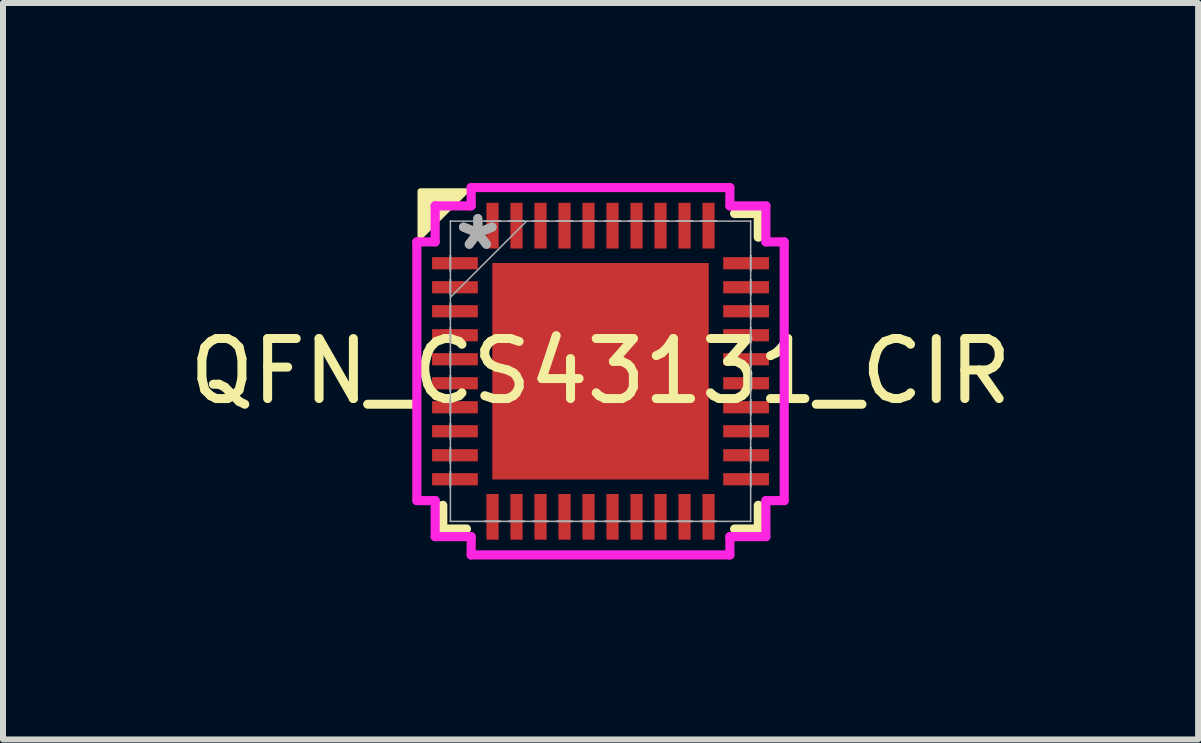
<source format=kicad_pcb>
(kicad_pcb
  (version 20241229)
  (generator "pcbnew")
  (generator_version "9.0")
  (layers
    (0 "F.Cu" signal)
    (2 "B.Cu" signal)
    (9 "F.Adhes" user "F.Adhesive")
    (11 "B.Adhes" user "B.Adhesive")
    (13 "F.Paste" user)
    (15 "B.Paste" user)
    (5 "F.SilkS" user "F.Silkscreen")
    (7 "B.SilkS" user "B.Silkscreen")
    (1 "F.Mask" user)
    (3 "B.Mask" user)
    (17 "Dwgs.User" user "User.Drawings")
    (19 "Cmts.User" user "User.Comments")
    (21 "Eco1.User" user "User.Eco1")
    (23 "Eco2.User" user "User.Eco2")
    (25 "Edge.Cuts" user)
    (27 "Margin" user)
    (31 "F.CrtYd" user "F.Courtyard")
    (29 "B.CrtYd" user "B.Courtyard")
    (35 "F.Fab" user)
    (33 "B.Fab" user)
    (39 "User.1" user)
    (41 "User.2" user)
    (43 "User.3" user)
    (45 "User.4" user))
  (footprint "QFN_CS43131_CIR"
    (layer "F.Cu")
    (at 6.958 3.137)
    (property "Reference" "QFN_CS43131_CIR" (at 0 0 0) (unlocked yes) (layer "F.SilkS") (effects (font (size 1 1) (thickness 0.15))))
    (attr smd)
    (fp_line (start -2.629 2.234) (end -2.629 2.629) (stroke (width 0.152) (type solid)) (layer "F.SilkS"))
    (fp_line (start -2.629 2.629) (end -2.234 2.629) (stroke (width 0.152) (type solid)) (layer "F.SilkS"))
    (fp_line (start 2.234 2.629) (end 2.629 2.629) (stroke (width 0.152) (type solid)) (layer "F.SilkS"))
    (fp_line (start 2.629 -2.629) (end 2.234 -2.629) (stroke (width 0.152) (type solid)) (layer "F.SilkS"))
    (fp_line (start 2.629 -2.234) (end 2.629 -2.629) (stroke (width 0.152) (type solid)) (layer "F.SilkS"))
    (fp_line (start 2.629 2.629) (end 2.629 2.234) (stroke (width 0.152) (type solid)) (layer "F.SilkS"))
    (fp_poly (pts (xy -3 -2.25) (xy -3 -3) (xy -2.25 -3)) (stroke (width 0.1) (type solid)) (fill yes) (layer "F.SilkS"))
    (fp_poly (pts (xy -1.703 -1.703) (xy -1.703 -0.1) (xy -0.1 -0.1) (xy -0.1 -1.703)) (stroke (width 0) (type solid)) (fill yes) (layer "F.Paste"))
    (fp_poly (pts (xy -1.703 0.1) (xy -1.703 1.703) (xy -0.1 1.703) (xy -0.1 0.1)) (stroke (width 0) (type solid)) (fill yes) (layer "F.Paste"))
    (fp_poly (pts (xy 0.1 -1.703) (xy 0.1 -0.1) (xy 1.703 -0.1) (xy 1.703 -1.703)) (stroke (width 0) (type solid)) (fill yes) (layer "F.Paste"))
    (fp_poly (pts (xy 0.1 0.1) (xy 0.1 1.703) (xy 1.703 1.703) (xy 1.703 0.1)) (stroke (width 0) (type solid)) (fill yes) (layer "F.Paste"))
    (fp_line (start -3.061 -2.156) (end -2.756 -2.156) (stroke (width 0.152) (type solid)) (layer "F.CrtYd"))
    (fp_line (start -3.061 2.156) (end -3.061 -2.156) (stroke (width 0.152) (type solid)) (layer "F.CrtYd"))
    (fp_line (start -2.756 -2.756) (end -2.156 -2.756) (stroke (width 0.152) (type solid)) (layer "F.CrtYd"))
    (fp_line (start -2.756 -2.156) (end -2.756 -2.756) (stroke (width 0.152) (type solid)) (layer "F.CrtYd"))
    (fp_line (start -2.756 2.156) (end -3.061 2.156) (stroke (width 0.152) (type solid)) (layer "F.CrtYd"))
    (fp_line (start -2.756 2.756) (end -2.756 2.156) (stroke (width 0.152) (type solid)) (layer "F.CrtYd"))
    (fp_line (start -2.156 -3.061) (end 2.156 -3.061) (stroke (width 0.152) (type solid)) (layer "F.CrtYd"))
    (fp_line (start -2.156 -2.756) (end -2.156 -3.061) (stroke (width 0.152) (type solid)) (layer "F.CrtYd"))
    (fp_line (start -2.156 2.756) (end -2.756 2.756) (stroke (width 0.152) (type solid)) (layer "F.CrtYd"))
    (fp_line (start -2.156 3.061) (end -2.156 2.756) (stroke (width 0.152) (type solid)) (layer "F.CrtYd"))
    (fp_line (start 2.156 -3.061) (end 2.156 -2.756) (stroke (width 0.152) (type solid)) (layer "F.CrtYd"))
    (fp_line (start 2.156 -2.756) (end 2.756 -2.756) (stroke (width 0.152) (type solid)) (layer "F.CrtYd"))
    (fp_line (start 2.156 2.756) (end 2.156 3.061) (stroke (width 0.152) (type solid)) (layer "F.CrtYd"))
    (fp_line (start 2.156 3.061) (end -2.156 3.061) (stroke (width 0.152) (type solid)) (layer "F.CrtYd"))
    (fp_line (start 2.756 -2.756) (end 2.756 -2.156) (stroke (width 0.152) (type solid)) (layer "F.CrtYd"))
    (fp_line (start 2.756 -2.156) (end 3.061 -2.156) (stroke (width 0.152) (type solid)) (layer "F.CrtYd"))
    (fp_line (start 2.756 2.156) (end 2.756 2.756) (stroke (width 0.152) (type solid)) (layer "F.CrtYd"))
    (fp_line (start 2.756 2.756) (end 2.156 2.756) (stroke (width 0.152) (type solid)) (layer "F.CrtYd"))
    (fp_line (start 3.061 -2.156) (end 3.061 2.156) (stroke (width 0.152) (type solid)) (layer "F.CrtYd"))
    (fp_line (start 3.061 2.156) (end 2.756 2.156) (stroke (width 0.152) (type solid)) (layer "F.CrtYd"))
    (fp_line (start -2.502 -2.502) (end -2.502 -2.502) (stroke (width 0.025) (type solid)) (layer "F.Fab"))
    (fp_line (start -2.502 -2.502) (end -2.502 2.502) (stroke (width 0.025) (type solid)) (layer "F.Fab"))
    (fp_line (start -2.502 -1.927) (end -2.502 -1.927) (stroke (width 0.025) (type solid)) (layer "F.Fab"))
    (fp_line (start -2.502 -1.927) (end -2.502 -1.673) (stroke (width 0.025) (type solid)) (layer "F.Fab"))
    (fp_line (start -2.502 -1.673) (end -2.502 -1.927) (stroke (width 0.025) (type solid)) (layer "F.Fab"))
    (fp_line (start -2.502 -1.673) (end -2.502 -1.673) (stroke (width 0.025) (type solid)) (layer "F.Fab"))
    (fp_line (start -2.502 -1.527) (end -2.502 -1.527) (stroke (width 0.025) (type solid)) (layer "F.Fab"))
    (fp_line (start -2.502 -1.527) (end -2.502 -1.273) (stroke (width 0.025) (type solid)) (layer "F.Fab"))
    (fp_line (start -2.502 -1.273) (end -2.502 -1.527) (stroke (width 0.025) (type solid)) (layer "F.Fab"))
    (fp_line (start -2.502 -1.273) (end -2.502 -1.273) (stroke (width 0.025) (type solid)) (layer "F.Fab"))
    (fp_line (start -2.502 -1.232) (end -1.232 -2.502) (stroke (width 0.025) (type solid)) (layer "F.Fab"))
    (fp_line (start -2.502 -1.127) (end -2.502 -1.127) (stroke (width 0.025) (type solid)) (layer "F.Fab"))
    (fp_line (start -2.502 -1.127) (end -2.502 -0.873) (stroke (width 0.025) (type solid)) (layer "F.Fab"))
    (fp_line (start -2.502 -0.873) (end -2.502 -1.127) (stroke (width 0.025) (type solid)) (layer "F.Fab"))
    (fp_line (start -2.502 -0.873) (end -2.502 -0.873) (stroke (width 0.025) (type solid)) (layer "F.Fab"))
    (fp_line (start -2.502 -0.727) (end -2.502 -0.727) (stroke (width 0.025) (type solid)) (layer "F.Fab"))
    (fp_line (start -2.502 -0.727) (end -2.502 -0.473) (stroke (width 0.025) (type solid)) (layer "F.Fab"))
    (fp_line (start -2.502 -0.473) (end -2.502 -0.727) (stroke (width 0.025) (type solid)) (layer "F.Fab"))
    (fp_line (start -2.502 -0.473) (end -2.502 -0.473) (stroke (width 0.025) (type solid)) (layer "F.Fab"))
    (fp_line (start -2.502 -0.327) (end -2.502 -0.327) (stroke (width 0.025) (type solid)) (layer "F.Fab"))
    (fp_line (start -2.502 -0.327) (end -2.502 -0.073) (stroke (width 0.025) (type solid)) (layer "F.Fab"))
    (fp_line (start -2.502 -0.073) (end -2.502 -0.327) (stroke (width 0.025) (type solid)) (layer "F.Fab"))
    (fp_line (start -2.502 -0.073) (end -2.502 -0.073) (stroke (width 0.025) (type solid)) (layer "F.Fab"))
    (fp_line (start -2.502 0.073) (end -2.502 0.073) (stroke (width 0.025) (type solid)) (layer "F.Fab"))
    (fp_line (start -2.502 0.073) (end -2.502 0.327) (stroke (width 0.025) (type solid)) (layer "F.Fab"))
    (fp_line (start -2.502 0.327) (end -2.502 0.073) (stroke (width 0.025) (type solid)) (layer "F.Fab"))
    (fp_line (start -2.502 0.327) (end -2.502 0.327) (stroke (width 0.025) (type solid)) (layer "F.Fab"))
    (fp_line (start -2.502 0.473) (end -2.502 0.473) (stroke (width 0.025) (type solid)) (layer "F.Fab"))
    (fp_line (start -2.502 0.473) (end -2.502 0.727) (stroke (width 0.025) (type solid)) (layer "F.Fab"))
    (fp_line (start -2.502 0.727) (end -2.502 0.473) (stroke (width 0.025) (type solid)) (layer "F.Fab"))
    (fp_line (start -2.502 0.727) (end -2.502 0.727) (stroke (width 0.025) (type solid)) (layer "F.Fab"))
    (fp_line (start -2.502 0.873) (end -2.502 0.873) (stroke (width 0.025) (type solid)) (layer "F.Fab"))
    (fp_line (start -2.502 0.873) (end -2.502 1.127) (stroke (width 0.025) (type solid)) (layer "F.Fab"))
    (fp_line (start -2.502 1.127) (end -2.502 0.873) (stroke (width 0.025) (type solid)) (layer "F.Fab"))
    (fp_line (start -2.502 1.127) (end -2.502 1.127) (stroke (width 0.025) (type solid)) (layer "F.Fab"))
    (fp_line (start -2.502 1.273) (end -2.502 1.273) (stroke (width 0.025) (type solid)) (layer "F.Fab"))
    (fp_line (start -2.502 1.273) (end -2.502 1.527) (stroke (width 0.025) (type solid)) (layer "F.Fab"))
    (fp_line (start -2.502 1.527) (end -2.502 1.273) (stroke (width 0.025) (type solid)) (layer "F.Fab"))
    (fp_line (start -2.502 1.527) (end -2.502 1.527) (stroke (width 0.025) (type solid)) (layer "F.Fab"))
    (fp_line (start -2.502 1.673) (end -2.502 1.673) (stroke (width 0.025) (type solid)) (layer "F.Fab"))
    (fp_line (start -2.502 1.673) (end -2.502 1.927) (stroke (width 0.025) (type solid)) (layer "F.Fab"))
    (fp_line (start -2.502 1.927) (end -2.502 1.673) (stroke (width 0.025) (type solid)) (layer "F.Fab"))
    (fp_line (start -2.502 1.927) (end -2.502 1.927) (stroke (width 0.025) (type solid)) (layer "F.Fab"))
    (fp_line (start -2.502 2.502) (end -2.502 2.502) (stroke (width 0.025) (type solid)) (layer "F.Fab"))
    (fp_line (start -2.502 2.502) (end 2.502 2.502) (stroke (width 0.025) (type solid)) (layer "F.Fab"))
    (fp_line (start -1.927 -2.502) (end -1.927 -2.502) (stroke (width 0.025) (type solid)) (layer "F.Fab"))
    (fp_line (start -1.927 -2.502) (end -1.673 -2.502) (stroke (width 0.025) (type solid)) (layer "F.Fab"))
    (fp_line (start -1.927 2.502) (end -1.927 2.502) (stroke (width 0.025) (type solid)) (layer "F.Fab"))
    (fp_line (start -1.927 2.502) (end -1.673 2.502) (stroke (width 0.025) (type solid)) (layer "F.Fab"))
    (fp_line (start -1.673 -2.502) (end -1.927 -2.502) (stroke (width 0.025) (type solid)) (layer "F.Fab"))
    (fp_line (start -1.673 -2.502) (end -1.673 -2.502) (stroke (width 0.025) (type solid)) (layer "F.Fab"))
    (fp_line (start -1.673 2.502) (end -1.927 2.502) (stroke (width 0.025) (type solid)) (layer "F.Fab"))
    (fp_line (start -1.673 2.502) (end -1.673 2.502) (stroke (width 0.025) (type solid)) (layer "F.Fab"))
    (fp_line (start -1.527 -2.502) (end -1.527 -2.502) (stroke (width 0.025) (type solid)) (layer "F.Fab"))
    (fp_line (start -1.527 -2.502) (end -1.273 -2.502) (stroke (width 0.025) (type solid)) (layer "F.Fab"))
    (fp_line (start -1.527 2.502) (end -1.527 2.502) (stroke (width 0.025) (type solid)) (layer "F.Fab"))
    (fp_line (start -1.527 2.502) (end -1.273 2.502) (stroke (width 0.025) (type solid)) (layer "F.Fab"))
    (fp_line (start -1.273 -2.502) (end -1.527 -2.502) (stroke (width 0.025) (type solid)) (layer "F.Fab"))
    (fp_line (start -1.273 -2.502) (end -1.273 -2.502) (stroke (width 0.025) (type solid)) (layer "F.Fab"))
    (fp_line (start -1.273 2.502) (end -1.527 2.502) (stroke (width 0.025) (type solid)) (layer "F.Fab"))
    (fp_line (start -1.273 2.502) (end -1.273 2.502) (stroke (width 0.025) (type solid)) (layer "F.Fab"))
    (fp_line (start -1.127 -2.502) (end -1.127 -2.502) (stroke (width 0.025) (type solid)) (layer "F.Fab"))
    (fp_line (start -1.127 -2.502) (end -0.873 -2.502) (stroke (width 0.025) (type solid)) (layer "F.Fab"))
    (fp_line (start -1.127 2.502) (end -1.127 2.502) (stroke (width 0.025) (type solid)) (layer "F.Fab"))
    (fp_line (start -1.127 2.502) (end -0.873 2.502) (stroke (width 0.025) (type solid)) (layer "F.Fab"))
    (fp_line (start -0.873 -2.502) (end -1.127 -2.502) (stroke (width 0.025) (type solid)) (layer "F.Fab"))
    (fp_line (start -0.873 -2.502) (end -0.873 -2.502) (stroke (width 0.025) (type solid)) (layer "F.Fab"))
    (fp_line (start -0.873 2.502) (end -1.127 2.502) (stroke (width 0.025) (type solid)) (layer "F.Fab"))
    (fp_line (start -0.873 2.502) (end -0.873 2.502) (stroke (width 0.025) (type solid)) (layer "F.Fab"))
    (fp_line (start -0.727 -2.502) (end -0.727 -2.502) (stroke (width 0.025) (type solid)) (layer "F.Fab"))
    (fp_line (start -0.727 -2.502) (end -0.473 -2.502) (stroke (width 0.025) (type solid)) (layer "F.Fab"))
    (fp_line (start -0.727 2.502) (end -0.727 2.502) (stroke (width 0.025) (type solid)) (layer "F.Fab"))
    (fp_line (start -0.727 2.502) (end -0.473 2.502) (stroke (width 0.025) (type solid)) (layer "F.Fab"))
    (fp_line (start -0.473 -2.502) (end -0.727 -2.502) (stroke (width 0.025) (type solid)) (layer "F.Fab"))
    (fp_line (start -0.473 -2.502) (end -0.473 -2.502) (stroke (width 0.025) (type solid)) (layer "F.Fab"))
    (fp_line (start -0.473 2.502) (end -0.727 2.502) (stroke (width 0.025) (type solid)) (layer "F.Fab"))
    (fp_line (start -0.473 2.502) (end -0.473 2.502) (stroke (width 0.025) (type solid)) (layer "F.Fab"))
    (fp_line (start -0.327 -2.502) (end -0.327 -2.502) (stroke (width 0.025) (type solid)) (layer "F.Fab"))
    (fp_line (start -0.327 -2.502) (end -0.073 -2.502) (stroke (width 0.025) (type solid)) (layer "F.Fab"))
    (fp_line (start -0.327 2.502) (end -0.327 2.502) (stroke (width 0.025) (type solid)) (layer "F.Fab"))
    (fp_line (start -0.327 2.502) (end -0.073 2.502) (stroke (width 0.025) (type solid)) (layer "F.Fab"))
    (fp_line (start -0.073 -2.502) (end -0.327 -2.502) (stroke (width 0.025) (type solid)) (layer "F.Fab"))
    (fp_line (start -0.073 -2.502) (end -0.073 -2.502) (stroke (width 0.025) (type solid)) (layer "F.Fab"))
    (fp_line (start -0.073 2.502) (end -0.327 2.502) (stroke (width 0.025) (type solid)) (layer "F.Fab"))
    (fp_line (start -0.073 2.502) (end -0.073 2.502) (stroke (width 0.025) (type solid)) (layer "F.Fab"))
    (fp_line (start 0.073 -2.502) (end 0.073 -2.502) (stroke (width 0.025) (type solid)) (layer "F.Fab"))
    (fp_line (start 0.073 -2.502) (end 0.327 -2.502) (stroke (width 0.025) (type solid)) (layer "F.Fab"))
    (fp_line (start 0.073 2.502) (end 0.073 2.502) (stroke (width 0.025) (type solid)) (layer "F.Fab"))
    (fp_line (start 0.073 2.502) (end 0.327 2.502) (stroke (width 0.025) (type solid)) (layer "F.Fab"))
    (fp_line (start 0.327 -2.502) (end 0.073 -2.502) (stroke (width 0.025) (type solid)) (layer "F.Fab"))
    (fp_line (start 0.327 -2.502) (end 0.327 -2.502) (stroke (width 0.025) (type solid)) (layer "F.Fab"))
    (fp_line (start 0.327 2.502) (end 0.073 2.502) (stroke (width 0.025) (type solid)) (layer "F.Fab"))
    (fp_line (start 0.327 2.502) (end 0.327 2.502) (stroke (width 0.025) (type solid)) (layer "F.Fab"))
    (fp_line (start 0.473 -2.502) (end 0.473 -2.502) (stroke (width 0.025) (type solid)) (layer "F.Fab"))
    (fp_line (start 0.473 -2.502) (end 0.727 -2.502) (stroke (width 0.025) (type solid)) (layer "F.Fab"))
    (fp_line (start 0.473 2.502) (end 0.473 2.502) (stroke (width 0.025) (type solid)) (layer "F.Fab"))
    (fp_line (start 0.473 2.502) (end 0.727 2.502) (stroke (width 0.025) (type solid)) (layer "F.Fab"))
    (fp_line (start 0.727 -2.502) (end 0.473 -2.502) (stroke (width 0.025) (type solid)) (layer "F.Fab"))
    (fp_line (start 0.727 -2.502) (end 0.727 -2.502) (stroke (width 0.025) (type solid)) (layer "F.Fab"))
    (fp_line (start 0.727 2.502) (end 0.473 2.502) (stroke (width 0.025) (type solid)) (layer "F.Fab"))
    (fp_line (start 0.727 2.502) (end 0.727 2.502) (stroke (width 0.025) (type solid)) (layer "F.Fab"))
    (fp_line (start 0.873 -2.502) (end 0.873 -2.502) (stroke (width 0.025) (type solid)) (layer "F.Fab"))
    (fp_line (start 0.873 -2.502) (end 1.127 -2.502) (stroke (width 0.025) (type solid)) (layer "F.Fab"))
    (fp_line (start 0.873 2.502) (end 0.873 2.502) (stroke (width 0.025) (type solid)) (layer "F.Fab"))
    (fp_line (start 0.873 2.502) (end 1.127 2.502) (stroke (width 0.025) (type solid)) (layer "F.Fab"))
    (fp_line (start 1.127 -2.502) (end 0.873 -2.502) (stroke (width 0.025) (type solid)) (layer "F.Fab"))
    (fp_line (start 1.127 -2.502) (end 1.127 -2.502) (stroke (width 0.025) (type solid)) (layer "F.Fab"))
    (fp_line (start 1.127 2.502) (end 0.873 2.502) (stroke (width 0.025) (type solid)) (layer "F.Fab"))
    (fp_line (start 1.127 2.502) (end 1.127 2.502) (stroke (width 0.025) (type solid)) (layer "F.Fab"))
    (fp_line (start 1.273 -2.502) (end 1.273 -2.502) (stroke (width 0.025) (type solid)) (layer "F.Fab"))
    (fp_line (start 1.273 -2.502) (end 1.527 -2.502) (stroke (width 0.025) (type solid)) (layer "F.Fab"))
    (fp_line (start 1.273 2.502) (end 1.273 2.502) (stroke (width 0.025) (type solid)) (layer "F.Fab"))
    (fp_line (start 1.273 2.502) (end 1.527 2.502) (stroke (width 0.025) (type solid)) (layer "F.Fab"))
    (fp_line (start 1.527 -2.502) (end 1.273 -2.502) (stroke (width 0.025) (type solid)) (layer "F.Fab"))
    (fp_line (start 1.527 -2.502) (end 1.527 -2.502) (stroke (width 0.025) (type solid)) (layer "F.Fab"))
    (fp_line (start 1.527 2.502) (end 1.273 2.502) (stroke (width 0.025) (type solid)) (layer "F.Fab"))
    (fp_line (start 1.527 2.502) (end 1.527 2.502) (stroke (width 0.025) (type solid)) (layer "F.Fab"))
    (fp_line (start 1.673 -2.502) (end 1.673 -2.502) (stroke (width 0.025) (type solid)) (layer "F.Fab"))
    (fp_line (start 1.673 -2.502) (end 1.927 -2.502) (stroke (width 0.025) (type solid)) (layer "F.Fab"))
    (fp_line (start 1.673 2.502) (end 1.673 2.502) (stroke (width 0.025) (type solid)) (layer "F.Fab"))
    (fp_line (start 1.673 2.502) (end 1.927 2.502) (stroke (width 0.025) (type solid)) (layer "F.Fab"))
    (fp_line (start 1.927 -2.502) (end 1.673 -2.502) (stroke (width 0.025) (type solid)) (layer "F.Fab"))
    (fp_line (start 1.927 -2.502) (end 1.927 -2.502) (stroke (width 0.025) (type solid)) (layer "F.Fab"))
    (fp_line (start 1.927 2.502) (end 1.673 2.502) (stroke (width 0.025) (type solid)) (layer "F.Fab"))
    (fp_line (start 1.927 2.502) (end 1.927 2.502) (stroke (width 0.025) (type solid)) (layer "F.Fab"))
    (fp_line (start 2.502 -2.502) (end -2.502 -2.502) (stroke (width 0.025) (type solid)) (layer "F.Fab"))
    (fp_line (start 2.502 -2.502) (end 2.502 -2.502) (stroke (width 0.025) (type solid)) (layer "F.Fab"))
    (fp_line (start 2.502 -1.927) (end 2.502 -1.927) (stroke (width 0.025) (type solid)) (layer "F.Fab"))
    (fp_line (start 2.502 -1.927) (end 2.502 -1.673) (stroke (width 0.025) (type solid)) (layer "F.Fab"))
    (fp_line (start 2.502 -1.673) (end 2.502 -1.927) (stroke (width 0.025) (type solid)) (layer "F.Fab"))
    (fp_line (start 2.502 -1.673) (end 2.502 -1.673) (stroke (width 0.025) (type solid)) (layer "F.Fab"))
    (fp_line (start 2.502 -1.527) (end 2.502 -1.527) (stroke (width 0.025) (type solid)) (layer "F.Fab"))
    (fp_line (start 2.502 -1.527) (end 2.502 -1.273) (stroke (width 0.025) (type solid)) (layer "F.Fab"))
    (fp_line (start 2.502 -1.273) (end 2.502 -1.527) (stroke (width 0.025) (type solid)) (layer "F.Fab"))
    (fp_line (start 2.502 -1.273) (end 2.502 -1.273) (stroke (width 0.025) (type solid)) (layer "F.Fab"))
    (fp_line (start 2.502 -1.127) (end 2.502 -1.127) (stroke (width 0.025) (type solid)) (layer "F.Fab"))
    (fp_line (start 2.502 -1.127) (end 2.502 -0.873) (stroke (width 0.025) (type solid)) (layer "F.Fab"))
    (fp_line (start 2.502 -0.873) (end 2.502 -1.127) (stroke (width 0.025) (type solid)) (layer "F.Fab"))
    (fp_line (start 2.502 -0.873) (end 2.502 -0.873) (stroke (width 0.025) (type solid)) (layer "F.Fab"))
    (fp_line (start 2.502 -0.727) (end 2.502 -0.727) (stroke (width 0.025) (type solid)) (layer "F.Fab"))
    (fp_line (start 2.502 -0.727) (end 2.502 -0.473) (stroke (width 0.025) (type solid)) (layer "F.Fab"))
    (fp_line (start 2.502 -0.473) (end 2.502 -0.727) (stroke (width 0.025) (type solid)) (layer "F.Fab"))
    (fp_line (start 2.502 -0.473) (end 2.502 -0.473) (stroke (width 0.025) (type solid)) (layer "F.Fab"))
    (fp_line (start 2.502 -0.327) (end 2.502 -0.327) (stroke (width 0.025) (type solid)) (layer "F.Fab"))
    (fp_line (start 2.502 -0.327) (end 2.502 -0.073) (stroke (width 0.025) (type solid)) (layer "F.Fab"))
    (fp_line (start 2.502 -0.073) (end 2.502 -0.327) (stroke (width 0.025) (type solid)) (layer "F.Fab"))
    (fp_line (start 2.502 -0.073) (end 2.502 -0.073) (stroke (width 0.025) (type solid)) (layer "F.Fab"))
    (fp_line (start 2.502 0.073) (end 2.502 0.073) (stroke (width 0.025) (type solid)) (layer "F.Fab"))
    (fp_line (start 2.502 0.073) (end 2.502 0.327) (stroke (width 0.025) (type solid)) (layer "F.Fab"))
    (fp_line (start 2.502 0.327) (end 2.502 0.073) (stroke (width 0.025) (type solid)) (layer "F.Fab"))
    (fp_line (start 2.502 0.327) (end 2.502 0.327) (stroke (width 0.025) (type solid)) (layer "F.Fab"))
    (fp_line (start 2.502 0.473) (end 2.502 0.473) (stroke (width 0.025) (type solid)) (layer "F.Fab"))
    (fp_line (start 2.502 0.473) (end 2.502 0.727) (stroke (width 0.025) (type solid)) (layer "F.Fab"))
    (fp_line (start 2.502 0.727) (end 2.502 0.473) (stroke (width 0.025) (type solid)) (layer "F.Fab"))
    (fp_line (start 2.502 0.727) (end 2.502 0.727) (stroke (width 0.025) (type solid)) (layer "F.Fab"))
    (fp_line (start 2.502 0.873) (end 2.502 0.873) (stroke (width 0.025) (type solid)) (layer "F.Fab"))
    (fp_line (start 2.502 0.873) (end 2.502 1.127) (stroke (width 0.025) (type solid)) (layer "F.Fab"))
    (fp_line (start 2.502 1.127) (end 2.502 0.873) (stroke (width 0.025) (type solid)) (layer "F.Fab"))
    (fp_line (start 2.502 1.127) (end 2.502 1.127) (stroke (width 0.025) (type solid)) (layer "F.Fab"))
    (fp_line (start 2.502 1.273) (end 2.502 1.273) (stroke (width 0.025) (type solid)) (layer "F.Fab"))
    (fp_line (start 2.502 1.273) (end 2.502 1.527) (stroke (width 0.025) (type solid)) (layer "F.Fab"))
    (fp_line (start 2.502 1.527) (end 2.502 1.273) (stroke (width 0.025) (type solid)) (layer "F.Fab"))
    (fp_line (start 2.502 1.527) (end 2.502 1.527) (stroke (width 0.025) (type solid)) (layer "F.Fab"))
    (fp_line (start 2.502 1.673) (end 2.502 1.673) (stroke (width 0.025) (type solid)) (layer "F.Fab"))
    (fp_line (start 2.502 1.673) (end 2.502 1.927) (stroke (width 0.025) (type solid)) (layer "F.Fab"))
    (fp_line (start 2.502 1.927) (end 2.502 1.673) (stroke (width 0.025) (type solid)) (layer "F.Fab"))
    (fp_line (start 2.502 1.927) (end 2.502 1.927) (stroke (width 0.025) (type solid)) (layer "F.Fab"))
    (fp_line (start 2.502 2.502) (end 2.502 -2.502) (stroke (width 0.025) (type solid)) (layer "F.Fab"))
    (fp_line (start 2.502 2.502) (end 2.502 2.502) (stroke (width 0.025) (type solid)) (layer "F.Fab"))
    (fp_text user "*" (at -2.045 -2 0) (layer "F.Fab") (effects (font (size 1 1) (thickness 0.15))))
    (fp_text user "*" (at -2.045 -2 0) (unlocked yes) (layer "F.Fab") (effects (font (size 1 1) (thickness 0.15))))
    (pad "1" smd rect (at -2.426 -1.8 90) (size 0.203 0.762) (layers "F.Cu" "F.Mask" "F.Paste"))
    (pad "2" smd rect (at -2.426 -1.4 90) (size 0.203 0.762) (layers "F.Cu" "F.Mask" "F.Paste"))
    (pad "3" smd rect (at -2.426 -1 90) (size 0.203 0.762) (layers "F.Cu" "F.Mask" "F.Paste"))
    (pad "4" smd rect (at -2.426 -0.6 90) (size 0.203 0.762) (layers "F.Cu" "F.Mask" "F.Paste"))
    (pad "5" smd rect (at -2.426 -0.2 90) (size 0.203 0.762) (layers "F.Cu" "F.Mask" "F.Paste"))
    (pad "6" smd rect (at -2.426 0.2 90) (size 0.203 0.762) (layers "F.Cu" "F.Mask" "F.Paste"))
    (pad "7" smd rect (at -2.426 0.6 90) (size 0.203 0.762) (layers "F.Cu" "F.Mask" "F.Paste"))
    (pad "8" smd rect (at -2.426 1 90) (size 0.203 0.762) (layers "F.Cu" "F.Mask" "F.Paste"))
    (pad "9" smd rect (at -2.426 1.4 90) (size 0.203 0.762) (layers "F.Cu" "F.Mask" "F.Paste"))
    (pad "10" smd rect (at -2.426 1.8 90) (size 0.203 0.762) (layers "F.Cu" "F.Mask" "F.Paste"))
    (pad "11" smd rect (at -1.8 2.426) (size 0.203 0.762) (layers "F.Cu" "F.Mask" "F.Paste"))
    (pad "12" smd rect (at -1.4 2.426) (size 0.203 0.762) (layers "F.Cu" "F.Mask" "F.Paste"))
    (pad "13" smd rect (at -1 2.426) (size 0.203 0.762) (layers "F.Cu" "F.Mask" "F.Paste"))
    (pad "14" smd rect (at -0.6 2.426) (size 0.203 0.762) (layers "F.Cu" "F.Mask" "F.Paste"))
    (pad "15" smd rect (at -0.2 2.426) (size 0.203 0.762) (layers "F.Cu" "F.Mask" "F.Paste"))
    (pad "16" smd rect (at 0.2 2.426) (size 0.203 0.762) (layers "F.Cu" "F.Mask" "F.Paste"))
    (pad "17" smd rect (at 0.6 2.426) (size 0.203 0.762) (layers "F.Cu" "F.Mask" "F.Paste"))
    (pad "18" smd rect (at 1 2.426) (size 0.203 0.762) (layers "F.Cu" "F.Mask" "F.Paste"))
    (pad "19" smd rect (at 1.4 2.426) (size 0.203 0.762) (layers "F.Cu" "F.Mask" "F.Paste"))
    (pad "20" smd rect (at 1.8 2.426) (size 0.203 0.762) (layers "F.Cu" "F.Mask" "F.Paste"))
    (pad "21" smd rect (at 2.426 1.8 90) (size 0.203 0.762) (layers "F.Cu" "F.Mask" "F.Paste"))
    (pad "22" smd rect (at 2.426 1.4 90) (size 0.203 0.762) (layers "F.Cu" "F.Mask" "F.Paste"))
    (pad "23" smd rect (at 2.426 1 90) (size 0.203 0.762) (layers "F.Cu" "F.Mask" "F.Paste"))
    (pad "24" smd rect (at 2.426 0.6 90) (size 0.203 0.762) (layers "F.Cu" "F.Mask" "F.Paste"))
    (pad "25" smd rect (at 2.426 0.2 90) (size 0.203 0.762) (layers "F.Cu" "F.Mask" "F.Paste"))
    (pad "26" smd rect (at 2.426 -0.2 90) (size 0.203 0.762) (layers "F.Cu" "F.Mask" "F.Paste"))
    (pad "27" smd rect (at 2.426 -0.6 90) (size 0.203 0.762) (layers "F.Cu" "F.Mask" "F.Paste"))
    (pad "28" smd rect (at 2.426 -1 90) (size 0.203 0.762) (layers "F.Cu" "F.Mask" "F.Paste"))
    (pad "29" smd rect (at 2.426 -1.4 90) (size 0.203 0.762) (layers "F.Cu" "F.Mask" "F.Paste"))
    (pad "30" smd rect (at 2.426 -1.8 90) (size 0.203 0.762) (layers "F.Cu" "F.Mask" "F.Paste"))
    (pad "31" smd rect (at 1.8 -2.426) (size 0.203 0.762) (layers "F.Cu" "F.Mask" "F.Paste"))
    (pad "32" smd rect (at 1.4 -2.426) (size 0.203 0.762) (layers "F.Cu" "F.Mask" "F.Paste"))
    (pad "33" smd rect (at 1 -2.426) (size 0.203 0.762) (layers "F.Cu" "F.Mask" "F.Paste"))
    (pad "34" smd rect (at 0.6 -2.426) (size 0.203 0.762) (layers "F.Cu" "F.Mask" "F.Paste"))
    (pad "35" smd rect (at 0.2 -2.426) (size 0.203 0.762) (layers "F.Cu" "F.Mask" "F.Paste"))
    (pad "36" smd rect (at -0.2 -2.426) (size 0.203 0.762) (layers "F.Cu" "F.Mask" "F.Paste"))
    (pad "37" smd rect (at -0.6 -2.426) (size 0.203 0.762) (layers "F.Cu" "F.Mask" "F.Paste"))
    (pad "38" smd rect (at -1 -2.426) (size 0.203 0.762) (layers "F.Cu" "F.Mask" "F.Paste"))
    (pad "39" smd rect (at -1.4 -2.426) (size 0.203 0.762) (layers "F.Cu" "F.Mask" "F.Paste"))
    (pad "40" smd rect (at -1.8 -2.426) (size 0.203 0.762) (layers "F.Cu" "F.Mask" "F.Paste"))
    (pad "41" smd rect (at 0 0) (size 3.607 3.607) (layers "F.Cu" "F.Mask" "F.Paste")))
  (gr_rect
    (start -3 -3)
    (end 16.917 9.274)
    (stroke (width 0.1) (type default))
    (fill no)
    (layer "Edge.Cuts")))
</source>
